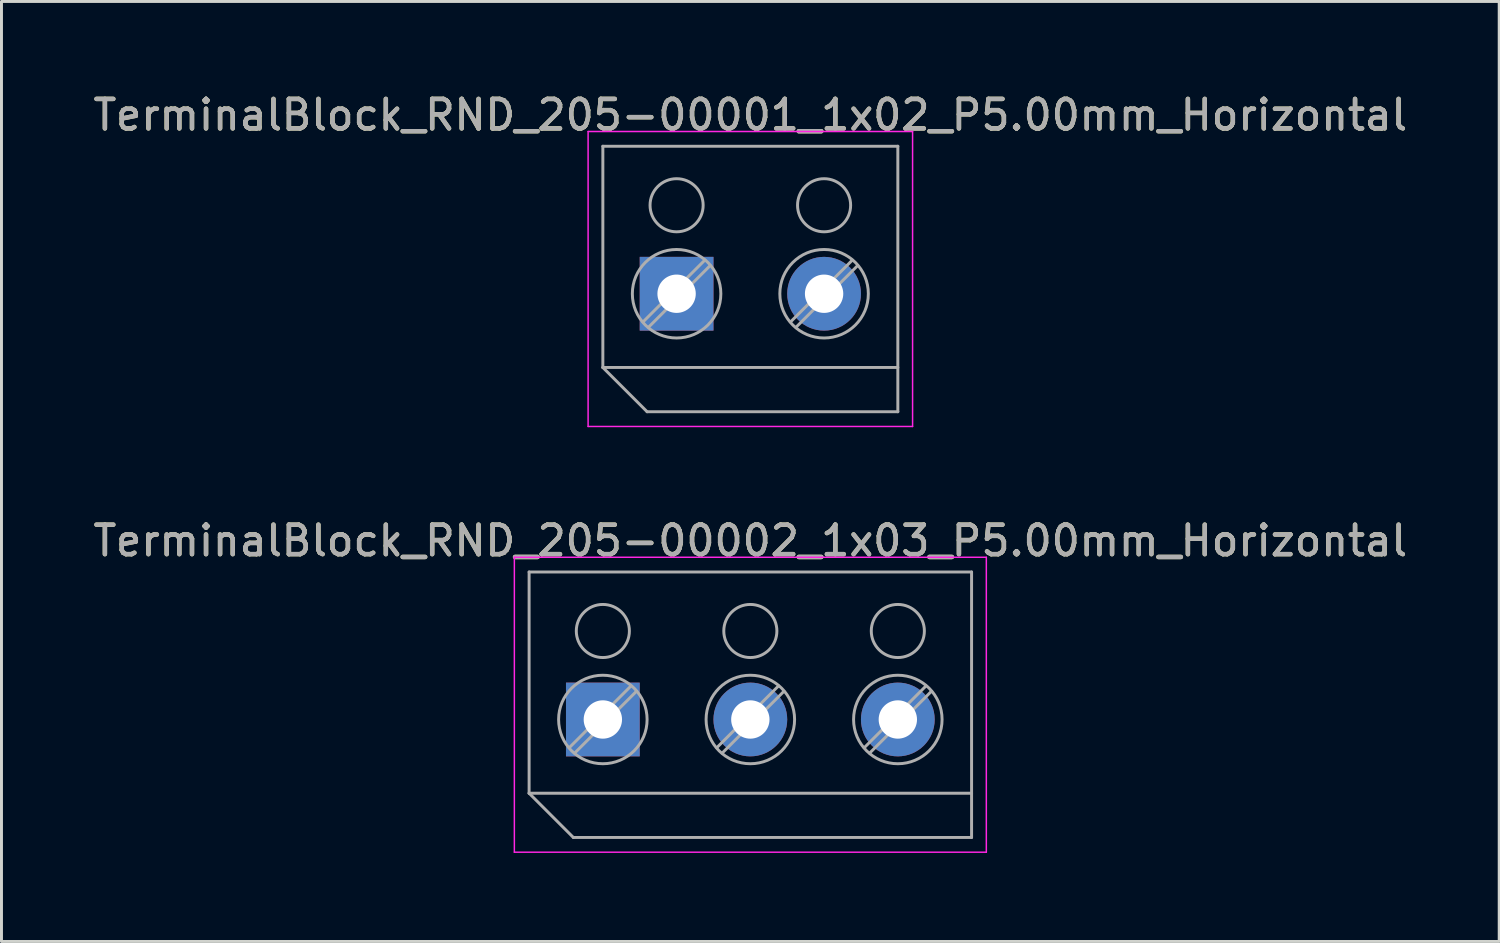
<source format=kicad_pcb>
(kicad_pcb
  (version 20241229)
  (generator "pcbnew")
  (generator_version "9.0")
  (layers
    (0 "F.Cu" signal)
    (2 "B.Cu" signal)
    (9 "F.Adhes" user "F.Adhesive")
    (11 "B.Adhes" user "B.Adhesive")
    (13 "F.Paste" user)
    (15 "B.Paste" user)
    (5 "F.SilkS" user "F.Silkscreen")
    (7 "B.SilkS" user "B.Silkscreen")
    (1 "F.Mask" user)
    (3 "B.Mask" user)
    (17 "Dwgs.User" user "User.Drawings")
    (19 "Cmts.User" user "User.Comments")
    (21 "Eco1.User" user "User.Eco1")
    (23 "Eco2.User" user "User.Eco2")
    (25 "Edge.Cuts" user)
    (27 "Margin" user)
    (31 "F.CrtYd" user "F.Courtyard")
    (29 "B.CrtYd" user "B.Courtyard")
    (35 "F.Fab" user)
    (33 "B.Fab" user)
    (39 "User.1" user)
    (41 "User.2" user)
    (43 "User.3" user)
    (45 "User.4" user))
  (footprint "TerminalBlock_RND_205-00002_1x03_P5.00mm_Horizontal"
    (layer "F.Cu")
    (at 17.387 21.341)
    (property "Reference" "TerminalBlock_RND_205-00002_1x03_P5.00mm_Horizontal" (at 5 -6.06 0) (layer "F.SilkS") (effects (font (size 1 1) (thickness 0.15))))
    (attr through_hole)
    (fp_line (start -3 -5.5) (end -3 4.5) (stroke (width 0.05) (type solid)) (layer "F.CrtYd"))
    (fp_line (start -3 4.5) (end 13 4.5) (stroke (width 0.05) (type solid)) (layer "F.CrtYd"))
    (fp_line (start 13 -5.5) (end -3 -5.5) (stroke (width 0.05) (type solid)) (layer "F.CrtYd"))
    (fp_line (start 13 4.5) (end 13 -5.5) (stroke (width 0.05) (type solid)) (layer "F.CrtYd"))
    (fp_line (start -2.5 -5) (end 12.5 -5) (stroke (width 0.1) (type solid)) (layer "F.Fab"))
    (fp_line (start -2.5 2.5) (end -2.5 -5) (stroke (width 0.1) (type solid)) (layer "F.Fab"))
    (fp_line (start -2.5 2.5) (end 12.5 2.5) (stroke (width 0.1) (type solid)) (layer "F.Fab"))
    (fp_line (start -1 4) (end -2.5 2.5) (stroke (width 0.1) (type solid)) (layer "F.Fab"))
    (fp_line (start 0.955 -1.138) (end -1.138 0.955) (stroke (width 0.1) (type solid)) (layer "F.Fab"))
    (fp_line (start 1.138 -0.955) (end -0.955 1.138) (stroke (width 0.1) (type solid)) (layer "F.Fab"))
    (fp_line (start 5.955 -1.138) (end 3.863 0.955) (stroke (width 0.1) (type solid)) (layer "F.Fab"))
    (fp_line (start 6.138 -0.955) (end 4.046 1.138) (stroke (width 0.1) (type solid)) (layer "F.Fab"))
    (fp_line (start 10.955 -1.138) (end 8.863 0.955) (stroke (width 0.1) (type solid)) (layer "F.Fab"))
    (fp_line (start 11.138 -0.955) (end 9.046 1.138) (stroke (width 0.1) (type solid)) (layer "F.Fab"))
    (fp_line (start 12.5 -5) (end 12.5 4) (stroke (width 0.1) (type solid)) (layer "F.Fab"))
    (fp_line (start 12.5 4) (end -1 4) (stroke (width 0.1) (type solid)) (layer "F.Fab"))
    (fp_circle (center 0 -3) (end 0.9 -3) (stroke (width 0.1) (type solid)) (fill no) (layer "F.Fab"))
    (fp_circle (center 0 0) (end 1.5 0) (stroke (width 0.1) (type solid)) (fill no) (layer "F.Fab"))
    (fp_circle (center 5 -3) (end 5.9 -3) (stroke (width 0.1) (type solid)) (fill no) (layer "F.Fab"))
    (fp_circle (center 5 0) (end 6.5 0) (stroke (width 0.1) (type solid)) (fill no) (layer "F.Fab"))
    (fp_circle (center 10 -3) (end 10.9 -3) (stroke (width 0.1) (type solid)) (fill no) (layer "F.Fab"))
    (fp_circle (center 10 0) (end 11.5 0) (stroke (width 0.1) (type solid)) (fill no) (layer "F.Fab"))
    (fp_text user "${REFERENCE}" (at 5 -6.06 0) (layer "F.Fab") (effects (font (size 1 1) (thickness 0.15))))
    (pad "1" thru_hole rect (at 0 0) (size 2.5 2.5) (drill 1.3) (layers "*.Cu" "*.Mask"))
    (pad "2" thru_hole circle (at 5 0) (size 2.5 2.5) (drill 1.3) (layers "*.Cu" "*.Mask"))
    (pad "3" thru_hole circle (at 10 0) (size 2.5 2.5) (drill 1.3) (layers "*.Cu" "*.Mask")))
  (footprint "TerminalBlock_RND_205-00001_1x02_P5.00mm_Horizontal"
    (layer "F.Cu")
    (at 19.887 6.908)
    (property "Reference" "TerminalBlock_RND_205-00001_1x02_P5.00mm_Horizontal" (at 2.5 -6.06 0) (layer "F.SilkS") (effects (font (size 1 1) (thickness 0.15))))
    (attr through_hole)
    (fp_line (start -3 -5.5) (end -3 4.5) (stroke (width 0.05) (type solid)) (layer "F.CrtYd"))
    (fp_line (start -3 4.5) (end 8 4.5) (stroke (width 0.05) (type solid)) (layer "F.CrtYd"))
    (fp_line (start 8 -5.5) (end -3 -5.5) (stroke (width 0.05) (type solid)) (layer "F.CrtYd"))
    (fp_line (start 8 4.5) (end 8 -5.5) (stroke (width 0.05) (type solid)) (layer "F.CrtYd"))
    (fp_line (start -2.5 -5) (end 7.5 -5) (stroke (width 0.1) (type solid)) (layer "F.Fab"))
    (fp_line (start -2.5 2.5) (end -2.5 -5) (stroke (width 0.1) (type solid)) (layer "F.Fab"))
    (fp_line (start -2.5 2.5) (end 7.5 2.5) (stroke (width 0.1) (type solid)) (layer "F.Fab"))
    (fp_line (start -1 4) (end -2.5 2.5) (stroke (width 0.1) (type solid)) (layer "F.Fab"))
    (fp_line (start 0.955 -1.138) (end -1.138 0.955) (stroke (width 0.1) (type solid)) (layer "F.Fab"))
    (fp_line (start 1.138 -0.955) (end -0.955 1.138) (stroke (width 0.1) (type solid)) (layer "F.Fab"))
    (fp_line (start 5.955 -1.138) (end 3.863 0.955) (stroke (width 0.1) (type solid)) (layer "F.Fab"))
    (fp_line (start 6.138 -0.955) (end 4.046 1.138) (stroke (width 0.1) (type solid)) (layer "F.Fab"))
    (fp_line (start 7.5 -5) (end 7.5 4) (stroke (width 0.1) (type solid)) (layer "F.Fab"))
    (fp_line (start 7.5 4) (end -1 4) (stroke (width 0.1) (type solid)) (layer "F.Fab"))
    (fp_circle (center 0 -3) (end 0.9 -3) (stroke (width 0.1) (type solid)) (fill no) (layer "F.Fab"))
    (fp_circle (center 0 0) (end 1.5 0) (stroke (width 0.1) (type solid)) (fill no) (layer "F.Fab"))
    (fp_circle (center 5 -3) (end 5.9 -3) (stroke (width 0.1) (type solid)) (fill no) (layer "F.Fab"))
    (fp_circle (center 5 0) (end 6.5 0) (stroke (width 0.1) (type solid)) (fill no) (layer "F.Fab"))
    (fp_text user "${REFERENCE}" (at 2.5 -6.06 0) (layer "F.Fab") (effects (font (size 1 1) (thickness 0.15))))
    (pad "1" thru_hole rect (at 0 0) (size 2.5 2.5) (drill 1.3) (layers "*.Cu" "*.Mask"))
    (pad "2" thru_hole circle (at 5 0) (size 2.5 2.5) (drill 1.3) (layers "*.Cu" "*.Mask")))
  (gr_rect
    (start -3 -3)
    (end 47.774 28.866)
    (stroke (width 0.1) (type default))
    (fill no)
    (layer "Edge.Cuts")))
</source>
